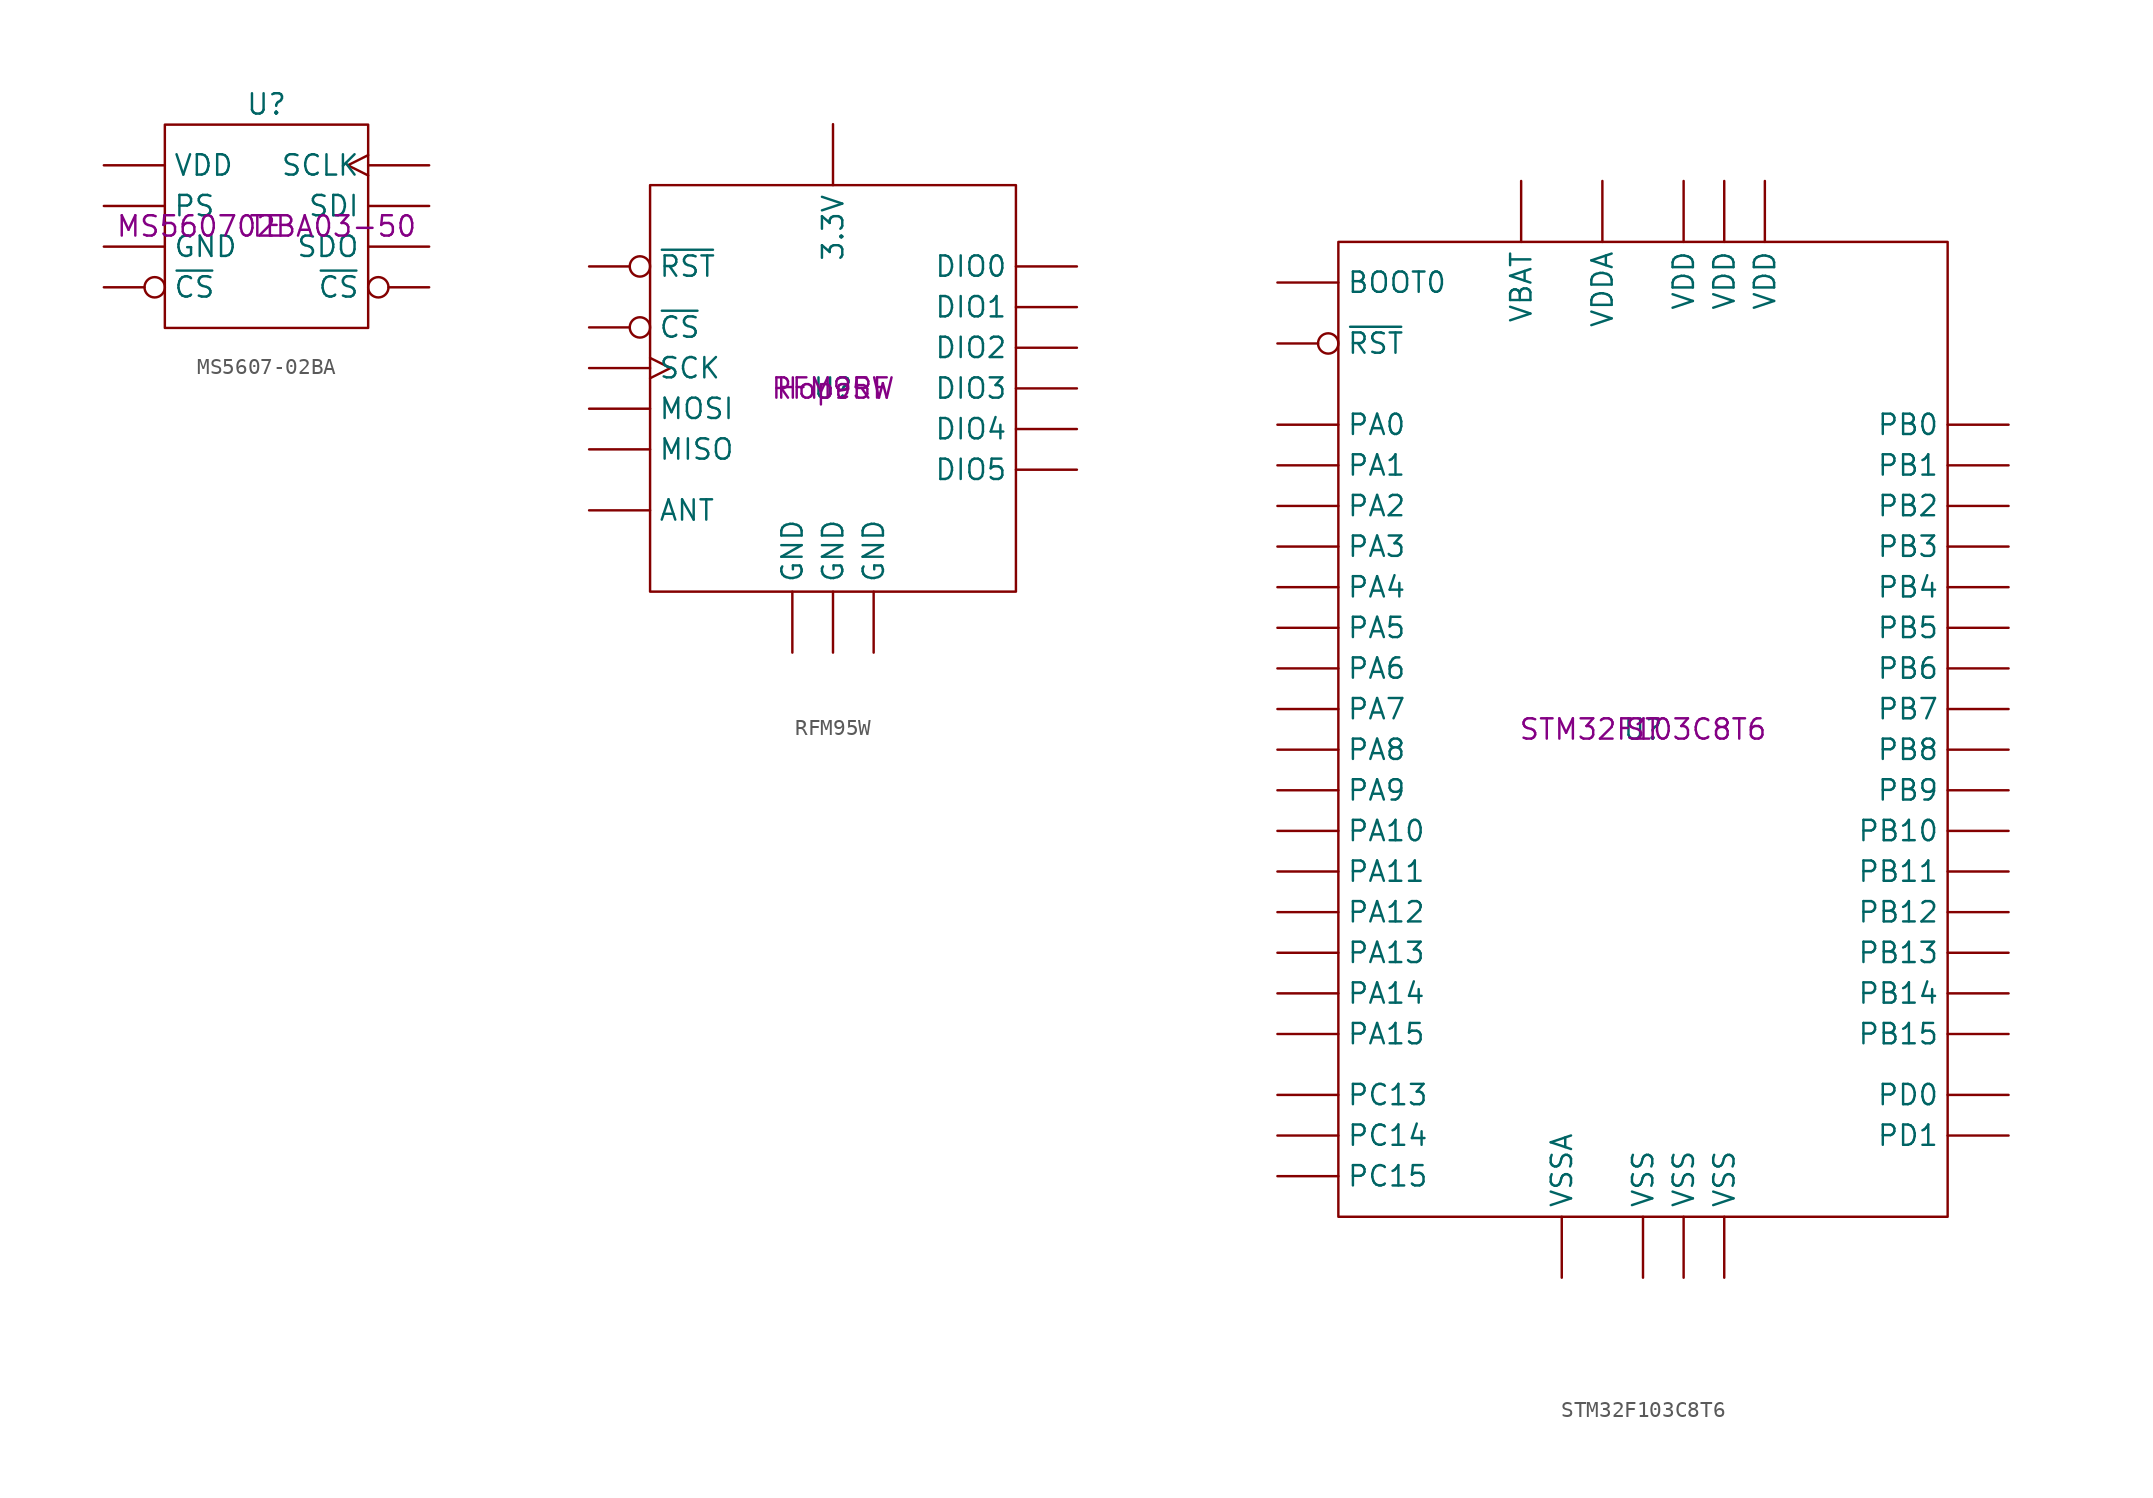
<source format=kicad_sym>
(kicad_symbol_lib
  (version 20220914)
  (generator kicad_symbol_editor)
  (symbol "MS5607-02BA"
    (pin_numbers hide)
    (property "Reference" "U"
      (at 0 7.62 0)
      (effects (font (size 1.27 1.27))))
    (property "Value" ""
      (at 0 7.62 0)
      (effects (font (size 1.27 1.27))))
    (property "Manufacturer" "TE"
      (at 0 0 0)
      (effects (font (size 1.27 1.27))))
    (property "Part #" "MS560702BA03-50"
      (at 0 0 0)
      (effects (font (size 1.27 1.27))))
    (symbol "MS5607-02BA_0_1"
      (rectangle (start -6.35 6.35) (end 6.35 -6.35) (stroke (width 0) (type default)) (fill (type none))))
    (symbol "MS5607-02BA_1_1"
      (pin power_in line (at -10.16 3.81 0) (length 3.81) (name "VDD" (effects (font (size 1.27 1.27)))) (number "1" (effects (font (size 1.27 1.27)))))
      (pin input line (at -10.16 1.27 0) (length 3.81) (name "PS" (effects (font (size 1.27 1.27)))) (number "2" (effects (font (size 1.27 1.27)))))
      (pin power_in line (at -10.16 -1.27 0) (length 3.81) (name "GND" (effects (font (size 1.27 1.27)))) (number "3" (effects (font (size 1.27 1.27)))))
      (pin input inverted (at -10.16 -3.81 0) (length 3.81) (name "~{CS}" (effects (font (size 1.27 1.27)))) (number "4" (effects (font (size 1.27 1.27)))))
      (pin input inverted (at 10.16 -3.81 180) (length 3.81) (name "~{CS}" (effects (font (size 1.27 1.27)))) (number "5" (effects (font (size 1.27 1.27)))))
      (pin output line (at 10.16 -1.27 180) (length 3.81) (name "SDO" (effects (font (size 1.27 1.27)))) (number "6" (effects (font (size 1.27 1.27)))))
      (pin bidirectional line (at 10.16 1.27 180) (length 3.81) (name "SDI" (effects (font (size 1.27 1.27)))) (number "7" (effects (font (size 1.27 1.27)))))
      (pin input clock (at 10.16 3.81 180) (length 3.81) (name "SCLK" (effects (font (size 1.27 1.27)))) (number "8" (effects (font (size 1.27 1.27)))))))
  (symbol "RFM95W"
    (pin_numbers hide)
    (property "Reference" "U"
      (at 0 0 0)
      (effects (font (size 1.27 1.27))))
    (property "Value" ""
      (at 0 0 0)
      (effects (font (size 1.27 1.27))))
    (property "Manufacturer" "HopeRF"
      (at 0 0 0)
      (effects (font (size 1.27 1.27))))
    (property "Part #" "RFM95W"
      (at 0 0 0)
      (effects (font (size 1.27 1.27))))
    (symbol "RFM95W_0_1"
      (rectangle (start -11.43 12.7) (end 11.43 -12.7) (stroke (width 0) (type default)) (fill (type none))))
    (symbol "RFM95W_1_1"
      (pin power_in line (at -2.54 -16.51 90) (length 3.81) (name "GND" (effects (font (size 1.27 1.27)))) (number "1" (effects (font (size 1.27 1.27)))))
      (pin power_in line (at 2.54 -16.51 90) (length 3.81) (name "GND" (effects (font (size 1.27 1.27)))) (number "10" (effects (font (size 1.27 1.27)))))
      (pin bidirectional line (at 15.24 0 180) (length 3.81) (name "DIO3" (effects (font (size 1.27 1.27)))) (number "11" (effects (font (size 1.27 1.27)))))
      (pin bidirectional line (at 15.24 -2.54 180) (length 3.81) (name "DIO4" (effects (font (size 1.27 1.27)))) (number "12" (effects (font (size 1.27 1.27)))))
      (pin power_in line (at 0 16.51 270) (length 3.81) (name "3.3V" (effects (font (size 1.27 1.27)))) (number "13" (effects (font (size 1.27 1.27)))))
      (pin bidirectional line (at 15.24 7.62 180) (length 3.81) (name "DIO0" (effects (font (size 1.27 1.27)))) (number "14" (effects (font (size 1.27 1.27)))))
      (pin bidirectional line (at 15.24 5.08 180) (length 3.81) (name "DIO1" (effects (font (size 1.27 1.27)))) (number "15" (effects (font (size 1.27 1.27)))))
      (pin bidirectional line (at 15.24 2.54 180) (length 3.81) (name "DIO2" (effects (font (size 1.27 1.27)))) (number "16" (effects (font (size 1.27 1.27)))))
      (pin output line (at -15.24 -3.81 0) (length 3.81) (name "MISO" (effects (font (size 1.27 1.27)))) (number "2" (effects (font (size 1.27 1.27)))))
      (pin input line (at -15.24 -1.27 0) (length 3.81) (name "MOSI" (effects (font (size 1.27 1.27)))) (number "3" (effects (font (size 1.27 1.27)))))
      (pin input clock (at -15.24 1.27 0) (length 3.81) (name "SCK" (effects (font (size 1.27 1.27)))) (number "4" (effects (font (size 1.27 1.27)))))
      (pin input inverted (at -15.24 3.81 0) (length 3.81) (name "~{CS}" (effects (font (size 1.27 1.27)))) (number "5" (effects (font (size 1.27 1.27)))))
      (pin input inverted (at -15.24 7.62 0) (length 3.81) (name "~{RST}" (effects (font (size 1.27 1.27)))) (number "6" (effects (font (size 1.27 1.27)))))
      (pin bidirectional line (at 15.24 -5.08 180) (length 3.81) (name "DIO5" (effects (font (size 1.27 1.27)))) (number "7" (effects (font (size 1.27 1.27)))))
      (pin power_in line (at 0 -16.51 90) (length 3.81) (name "GND" (effects (font (size 1.27 1.27)))) (number "8" (effects (font (size 1.27 1.27)))))
      (pin bidirectional line (at -15.24 -7.62 0) (length 3.81) (name "ANT" (effects (font (size 1.27 1.27)))) (number "9" (effects (font (size 1.27 1.27)))))))
  (symbol "STM32F103C8T6"
    (pin_numbers hide)
    (property "Reference" "U"
      (at 0 0 0)
      (effects (font (size 1.27 1.27))))
    (property "Value" ""
      (at 0 0 0)
      (effects (font (size 1.27 1.27))))
    (property "Manufacturer" "ST"
      (at 0 0 0)
      (effects (font (size 1.27 1.27))))
    (property "Part #" "STM32F103C8T6"
      (at 0 0 0)
      (effects (font (size 1.27 1.27))))
    (symbol "STM32F103C8T6_0_1"
      (rectangle (start -19.05 30.48) (end 19.05 -30.48) (stroke (width 0) (type default)) (fill (type none))))
    (symbol "STM32F103C8T6_1_1"
      (pin power_in line (at -7.62 34.29 270) (length 3.81) (name "VBAT" (effects (font (size 1.27 1.27)))) (number "1" (effects (font (size 1.27 1.27)))))
      (pin bidirectional line (at -22.86 19.05 0) (length 3.81) (name "PA0" (effects (font (size 1.27 1.27)))) (number "10" (effects (font (size 1.27 1.27)))))
      (pin bidirectional line (at -22.86 16.51 0) (length 3.81) (name "PA1" (effects (font (size 1.27 1.27)))) (number "11" (effects (font (size 1.27 1.27)))))
      (pin bidirectional line (at -22.86 13.97 0) (length 3.81) (name "PA2" (effects (font (size 1.27 1.27)))) (number "12" (effects (font (size 1.27 1.27)))))
      (pin bidirectional line (at -22.86 11.43 0) (length 3.81) (name "PA3" (effects (font (size 1.27 1.27)))) (number "13" (effects (font (size 1.27 1.27)))))
      (pin bidirectional line (at -22.86 8.89 0) (length 3.81) (name "PA4" (effects (font (size 1.27 1.27)))) (number "14" (effects (font (size 1.27 1.27)))))
      (pin bidirectional line (at -22.86 6.35 0) (length 3.81) (name "PA5" (effects (font (size 1.27 1.27)))) (number "15" (effects (font (size 1.27 1.27)))))
      (pin bidirectional line (at -22.86 3.81 0) (length 3.81) (name "PA6" (effects (font (size 1.27 1.27)))) (number "16" (effects (font (size 1.27 1.27)))))
      (pin bidirectional line (at -22.86 1.27 0) (length 3.81) (name "PA7" (effects (font (size 1.27 1.27)))) (number "17" (effects (font (size 1.27 1.27)))))
      (pin bidirectional line (at 22.86 19.05 180) (length 3.81) (name "PB0" (effects (font (size 1.27 1.27)))) (number "18" (effects (font (size 1.27 1.27)))))
      (pin bidirectional line (at 22.86 16.51 180) (length 3.81) (name "PB1" (effects (font (size 1.27 1.27)))) (number "19" (effects (font (size 1.27 1.27)))))
      (pin bidirectional line (at -22.86 -22.86 0) (length 3.81) (name "PC13" (effects (font (size 1.27 1.27)))) (number "2" (effects (font (size 1.27 1.27)))))
      (pin bidirectional line (at 22.86 13.97 180) (length 3.81) (name "PB2" (effects (font (size 1.27 1.27)))) (number "20" (effects (font (size 1.27 1.27)))))
      (pin bidirectional line (at 22.86 -6.35 180) (length 3.81) (name "PB10" (effects (font (size 1.27 1.27)))) (number "21" (effects (font (size 1.27 1.27)))))
      (pin bidirectional line (at 22.86 -8.89 180) (length 3.81) (name "PB11" (effects (font (size 1.27 1.27)))) (number "22" (effects (font (size 1.27 1.27)))))
      (pin power_in line (at 0 -34.29 90) (length 3.81) (name "VSS" (effects (font (size 1.27 1.27)))) (number "23" (effects (font (size 1.27 1.27)))))
      (pin power_in line (at 2.54 34.29 270) (length 3.81) (name "VDD" (effects (font (size 1.27 1.27)))) (number "24" (effects (font (size 1.27 1.27)))))
      (pin bidirectional line (at 22.86 -11.43 180) (length 3.81) (name "PB12" (effects (font (size 1.27 1.27)))) (number "25" (effects (font (size 1.27 1.27)))))
      (pin bidirectional line (at 22.86 -13.97 180) (length 3.81) (name "PB13" (effects (font (size 1.27 1.27)))) (number "26" (effects (font (size 1.27 1.27)))))
      (pin bidirectional line (at 22.86 -16.51 180) (length 3.81) (name "PB14" (effects (font (size 1.27 1.27)))) (number "27" (effects (font (size 1.27 1.27)))))
      (pin bidirectional line (at 22.86 -19.05 180) (length 3.81) (name "PB15" (effects (font (size 1.27 1.27)))) (number "28" (effects (font (size 1.27 1.27)))))
      (pin bidirectional line (at -22.86 -1.27 0) (length 3.81) (name "PA8" (effects (font (size 1.27 1.27)))) (number "29" (effects (font (size 1.27 1.27)))))
      (pin bidirectional line (at -22.86 -25.4 0) (length 3.81) (name "PC14" (effects (font (size 1.27 1.27)))) (number "3" (effects (font (size 1.27 1.27)))))
      (pin bidirectional line (at -22.86 -3.81 0) (length 3.81) (name "PA9" (effects (font (size 1.27 1.27)))) (number "30" (effects (font (size 1.27 1.27)))))
      (pin bidirectional line (at -22.86 -6.35 0) (length 3.81) (name "PA10" (effects (font (size 1.27 1.27)))) (number "31" (effects (font (size 1.27 1.27)))))
      (pin bidirectional line (at -22.86 -8.89 0) (length 3.81) (name "PA11" (effects (font (size 1.27 1.27)))) (number "32" (effects (font (size 1.27 1.27)))))
      (pin bidirectional line (at -22.86 -11.43 0) (length 3.81) (name "PA12" (effects (font (size 1.27 1.27)))) (number "33" (effects (font (size 1.27 1.27)))))
      (pin bidirectional line (at -22.86 -13.97 0) (length 3.81) (name "PA13" (effects (font (size 1.27 1.27)))) (number "34" (effects (font (size 1.27 1.27)))))
      (pin power_in line (at 2.54 -34.29 90) (length 3.81) (name "VSS" (effects (font (size 1.27 1.27)))) (number "35" (effects (font (size 1.27 1.27)))))
      (pin power_in line (at 5.08 34.29 270) (length 3.81) (name "VDD" (effects (font (size 1.27 1.27)))) (number "36" (effects (font (size 1.27 1.27)))))
      (pin bidirectional line (at -22.86 -16.51 0) (length 3.81) (name "PA14" (effects (font (size 1.27 1.27)))) (number "37" (effects (font (size 1.27 1.27)))))
      (pin bidirectional line (at -22.86 -19.05 0) (length 3.81) (name "PA15" (effects (font (size 1.27 1.27)))) (number "38" (effects (font (size 1.27 1.27)))))
      (pin bidirectional line (at 22.86 11.43 180) (length 3.81) (name "PB3" (effects (font (size 1.27 1.27)))) (number "39" (effects (font (size 1.27 1.27)))))
      (pin bidirectional line (at -22.86 -27.94 0) (length 3.81) (name "PC15" (effects (font (size 1.27 1.27)))) (number "4" (effects (font (size 1.27 1.27)))))
      (pin bidirectional line (at 22.86 8.89 180) (length 3.81) (name "PB4" (effects (font (size 1.27 1.27)))) (number "40" (effects (font (size 1.27 1.27)))))
      (pin bidirectional line (at 22.86 6.35 180) (length 3.81) (name "PB5" (effects (font (size 1.27 1.27)))) (number "41" (effects (font (size 1.27 1.27)))))
      (pin bidirectional line (at 22.86 3.81 180) (length 3.81) (name "PB6" (effects (font (size 1.27 1.27)))) (number "42" (effects (font (size 1.27 1.27)))))
      (pin bidirectional line (at 22.86 1.27 180) (length 3.81) (name "PB7" (effects (font (size 1.27 1.27)))) (number "43" (effects (font (size 1.27 1.27)))))
      (pin input line (at -22.86 27.94 0) (length 3.81) (name "BOOT0" (effects (font (size 1.27 1.27)))) (number "44" (effects (font (size 1.27 1.27)))))
      (pin bidirectional line (at 22.86 -1.27 180) (length 3.81) (name "PB8" (effects (font (size 1.27 1.27)))) (number "45" (effects (font (size 1.27 1.27)))))
      (pin bidirectional line (at 22.86 -3.81 180) (length 3.81) (name "PB9" (effects (font (size 1.27 1.27)))) (number "46" (effects (font (size 1.27 1.27)))))
      (pin power_in line (at 5.08 -34.29 90) (length 3.81) (name "VSS" (effects (font (size 1.27 1.27)))) (number "47" (effects (font (size 1.27 1.27)))))
      (pin power_in line (at 7.62 34.29 270) (length 3.81) (name "VDD" (effects (font (size 1.27 1.27)))) (number "48" (effects (font (size 1.27 1.27)))))
      (pin bidirectional line (at 22.86 -22.86 180) (length 3.81) (name "PD0" (effects (font (size 1.27 1.27)))) (number "5" (effects (font (size 1.27 1.27)))))
      (pin bidirectional line (at 22.86 -25.4 180) (length 3.81) (name "PD1" (effects (font (size 1.27 1.27)))) (number "6" (effects (font (size 1.27 1.27)))))
      (pin input inverted (at -22.86 24.13 0) (length 3.81) (name "~{RST}" (effects (font (size 1.27 1.27)))) (number "7" (effects (font (size 1.27 1.27)))))
      (pin power_in line (at -5.08 -34.29 90) (length 3.81) (name "VSSA" (effects (font (size 1.27 1.27)))) (number "8" (effects (font (size 1.27 1.27)))))
      (pin power_in line (at -2.54 34.29 270) (length 3.81) (name "VDDA" (effects (font (size 1.27 1.27)))) (number "9" (effects (font (size 1.27 1.27))))))))
</source>
